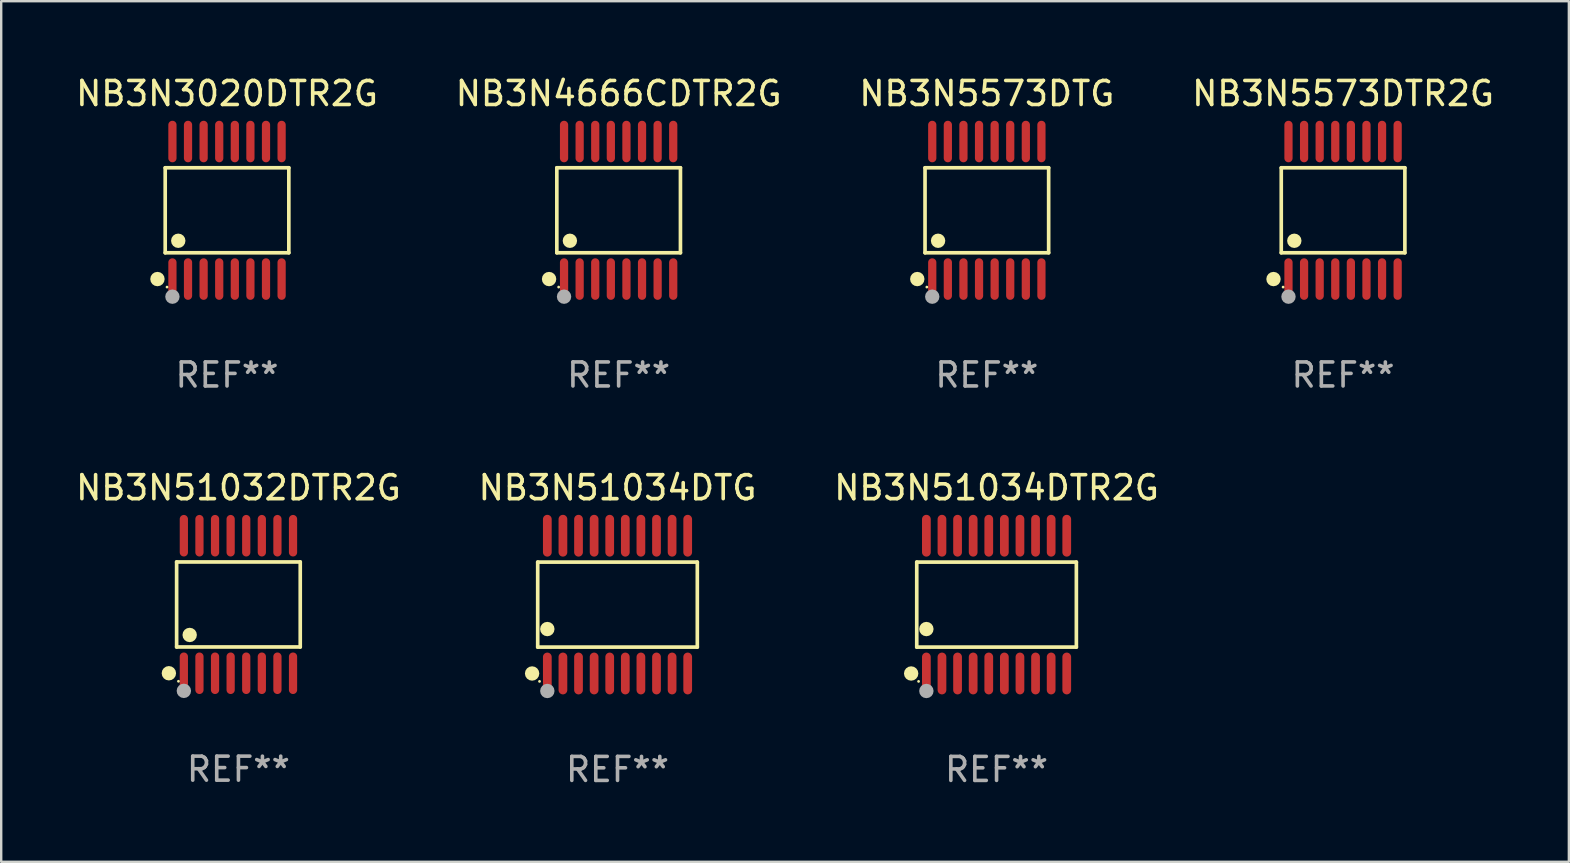
<source format=kicad_pcb>
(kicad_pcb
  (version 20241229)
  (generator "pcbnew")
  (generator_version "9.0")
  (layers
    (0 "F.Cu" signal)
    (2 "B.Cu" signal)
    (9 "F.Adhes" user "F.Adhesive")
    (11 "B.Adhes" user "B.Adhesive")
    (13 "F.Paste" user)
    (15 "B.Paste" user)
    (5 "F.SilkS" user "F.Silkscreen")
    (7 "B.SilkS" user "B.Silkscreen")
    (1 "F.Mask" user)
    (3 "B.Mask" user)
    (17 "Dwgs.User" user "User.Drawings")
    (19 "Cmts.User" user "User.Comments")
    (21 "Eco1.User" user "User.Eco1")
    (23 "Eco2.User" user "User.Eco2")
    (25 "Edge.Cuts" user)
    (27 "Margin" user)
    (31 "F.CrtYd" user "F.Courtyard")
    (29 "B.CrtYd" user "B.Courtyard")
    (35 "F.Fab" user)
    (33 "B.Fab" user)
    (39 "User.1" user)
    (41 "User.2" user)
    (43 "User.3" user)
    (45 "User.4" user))
  (footprint "NB3N4666CDTR2G"
    (layer "F.Cu")
    (at 22.732 5.714)
    (property "Reference" "NB3N4666CDTR2G" (at 0 -4.866 0) (layer "F.SilkS") (effects (font (size 1 1) (thickness 0.15))))
    (attr through_hole)
    (fp_line (start -2.576 -1.772) (end 2.576 -1.772) (stroke (width 0.152) (type solid)) (layer "F.SilkS"))
    (fp_line (start -2.576 1.771) (end -2.576 -1.772) (stroke (width 0.152) (type solid)) (layer "F.SilkS"))
    (fp_line (start 2.576 -1.772) (end 2.576 1.771) (stroke (width 0.152) (type solid)) (layer "F.SilkS"))
    (fp_line (start 2.576 1.771) (end -2.576 1.771) (stroke (width 0.152) (type solid)) (layer "F.SilkS"))
    (fp_circle (center -2.899 2.866) (end -2.749 2.866) (stroke (width 0.3) (type solid)) (fill no) (layer "F.SilkS"))
    (fp_circle (center -2.5 3.2) (end -2.47 3.2) (stroke (width 0.06) (type solid)) (fill no) (layer "F.SilkS"))
    (fp_circle (center -2.032 1.27) (end -1.882 1.27) (stroke (width 0.3) (type solid)) (fill no) (layer "F.SilkS"))
    (fp_circle (center -2.275 3.6) (end -2.125 3.6) (stroke (width 0.3) (type solid)) (fill no) (layer "F.Fab"))
    (fp_text user "REF**" (at 0 6.866 0) (layer "F.Fab") (effects (font (size 1 1) (thickness 0.15))))
    (pad "1" smd oval (at -2.275 2.866) (size 0.343 1.731) (layers "F.Cu" "F.Mask" "F.Paste"))
    (pad "2" smd oval (at -1.625 2.866) (size 0.343 1.731) (layers "F.Cu" "F.Mask" "F.Paste"))
    (pad "3" smd oval (at -0.975 2.866) (size 0.343 1.731) (layers "F.Cu" "F.Mask" "F.Paste"))
    (pad "4" smd oval (at -0.325 2.866) (size 0.343 1.731) (layers "F.Cu" "F.Mask" "F.Paste"))
    (pad "5" smd oval (at 0.325 2.866) (size 0.343 1.731) (layers "F.Cu" "F.Mask" "F.Paste"))
    (pad "6" smd oval (at 0.975 2.866) (size 0.343 1.731) (layers "F.Cu" "F.Mask" "F.Paste"))
    (pad "7" smd oval (at 1.625 2.866) (size 0.343 1.731) (layers "F.Cu" "F.Mask" "F.Paste"))
    (pad "8" smd oval (at 2.275 2.866) (size 0.343 1.731) (layers "F.Cu" "F.Mask" "F.Paste"))
    (pad "9" smd oval (at 2.275 -2.866) (size 0.343 1.731) (layers "F.Cu" "F.Mask" "F.Paste"))
    (pad "10" smd oval (at 1.625 -2.866) (size 0.343 1.731) (layers "F.Cu" "F.Mask" "F.Paste"))
    (pad "11" smd oval (at 0.975 -2.866) (size 0.343 1.731) (layers "F.Cu" "F.Mask" "F.Paste"))
    (pad "12" smd oval (at 0.325 -2.866) (size 0.343 1.731) (layers "F.Cu" "F.Mask" "F.Paste"))
    (pad "13" smd oval (at -0.325 -2.866) (size 0.343 1.731) (layers "F.Cu" "F.Mask" "F.Paste"))
    (pad "14" smd oval (at -0.975 -2.866) (size 0.343 1.731) (layers "F.Cu" "F.Mask" "F.Paste"))
    (pad "15" smd oval (at -1.625 -2.866) (size 0.343 1.731) (layers "F.Cu" "F.Mask" "F.Paste"))
    (pad "16" smd oval (at -2.275 -2.866) (size 0.343 1.731) (layers "F.Cu" "F.Mask" "F.Paste")))
  (footprint "NB3N3020DTR2G"
    (layer "F.Cu")
    (at 6.411 5.714)
    (property "Reference" "NB3N3020DTR2G" (at 0 -4.866 0) (layer "F.SilkS") (effects (font (size 1 1) (thickness 0.15))))
    (attr through_hole)
    (fp_line (start -2.576 -1.772) (end 2.576 -1.772) (stroke (width 0.152) (type solid)) (layer "F.SilkS"))
    (fp_line (start -2.576 1.771) (end -2.576 -1.772) (stroke (width 0.152) (type solid)) (layer "F.SilkS"))
    (fp_line (start 2.576 -1.772) (end 2.576 1.771) (stroke (width 0.152) (type solid)) (layer "F.SilkS"))
    (fp_line (start 2.576 1.771) (end -2.576 1.771) (stroke (width 0.152) (type solid)) (layer "F.SilkS"))
    (fp_circle (center -2.899 2.866) (end -2.749 2.866) (stroke (width 0.3) (type solid)) (fill no) (layer "F.SilkS"))
    (fp_circle (center -2.5 3.2) (end -2.47 3.2) (stroke (width 0.06) (type solid)) (fill no) (layer "F.SilkS"))
    (fp_circle (center -2.032 1.27) (end -1.882 1.27) (stroke (width 0.3) (type solid)) (fill no) (layer "F.SilkS"))
    (fp_circle (center -2.275 3.6) (end -2.125 3.6) (stroke (width 0.3) (type solid)) (fill no) (layer "F.Fab"))
    (fp_text user "REF**" (at 0 6.866 0) (layer "F.Fab") (effects (font (size 1 1) (thickness 0.15))))
    (pad "1" smd oval (at -2.275 2.866) (size 0.343 1.731) (layers "F.Cu" "F.Mask" "F.Paste"))
    (pad "2" smd oval (at -1.625 2.866) (size 0.343 1.731) (layers "F.Cu" "F.Mask" "F.Paste"))
    (pad "3" smd oval (at -0.975 2.866) (size 0.343 1.731) (layers "F.Cu" "F.Mask" "F.Paste"))
    (pad "4" smd oval (at -0.325 2.866) (size 0.343 1.731) (layers "F.Cu" "F.Mask" "F.Paste"))
    (pad "5" smd oval (at 0.325 2.866) (size 0.343 1.731) (layers "F.Cu" "F.Mask" "F.Paste"))
    (pad "6" smd oval (at 0.975 2.866) (size 0.343 1.731) (layers "F.Cu" "F.Mask" "F.Paste"))
    (pad "7" smd oval (at 1.625 2.866) (size 0.343 1.731) (layers "F.Cu" "F.Mask" "F.Paste"))
    (pad "8" smd oval (at 2.275 2.866) (size 0.343 1.731) (layers "F.Cu" "F.Mask" "F.Paste"))
    (pad "9" smd oval (at 2.275 -2.866) (size 0.343 1.731) (layers "F.Cu" "F.Mask" "F.Paste"))
    (pad "10" smd oval (at 1.625 -2.866) (size 0.343 1.731) (layers "F.Cu" "F.Mask" "F.Paste"))
    (pad "11" smd oval (at 0.975 -2.866) (size 0.343 1.731) (layers "F.Cu" "F.Mask" "F.Paste"))
    (pad "12" smd oval (at 0.325 -2.866) (size 0.343 1.731) (layers "F.Cu" "F.Mask" "F.Paste"))
    (pad "13" smd oval (at -0.325 -2.866) (size 0.343 1.731) (layers "F.Cu" "F.Mask" "F.Paste"))
    (pad "14" smd oval (at -0.975 -2.866) (size 0.343 1.731) (layers "F.Cu" "F.Mask" "F.Paste"))
    (pad "15" smd oval (at -1.625 -2.866) (size 0.343 1.731) (layers "F.Cu" "F.Mask" "F.Paste"))
    (pad "16" smd oval (at -2.275 -2.866) (size 0.343 1.731) (layers "F.Cu" "F.Mask" "F.Paste")))
  (footprint "NB3N51034DTR2G"
    (layer "F.Cu")
    (at 38.482 22.147)
    (property "Reference" "NB3N51034DTR2G" (at 0 -4.871 0) (layer "F.SilkS") (effects (font (size 1 1) (thickness 0.15))))
    (attr through_hole)
    (fp_line (start -3.326 -1.771) (end 3.326 -1.771) (stroke (width 0.152) (type solid)) (layer "F.SilkS"))
    (fp_line (start -3.326 1.771) (end -3.326 -1.771) (stroke (width 0.152) (type solid)) (layer "F.SilkS"))
    (fp_line (start 3.326 -1.771) (end 3.326 1.771) (stroke (width 0.152) (type solid)) (layer "F.SilkS"))
    (fp_line (start 3.326 1.771) (end -3.326 1.771) (stroke (width 0.152) (type solid)) (layer "F.SilkS"))
    (fp_circle (center -3.559 2.871) (end -3.409 2.871) (stroke (width 0.3) (type solid)) (fill no) (layer "F.SilkS"))
    (fp_circle (center -3.25 3.2) (end -3.22 3.2) (stroke (width 0.06) (type solid)) (fill no) (layer "F.SilkS"))
    (fp_circle (center -2.925 1.019) (end -2.775 1.019) (stroke (width 0.3) (type solid)) (fill no) (layer "F.SilkS"))
    (fp_circle (center -2.925 3.6) (end -2.775 3.6) (stroke (width 0.3) (type solid)) (fill no) (layer "F.Fab"))
    (fp_text user "REF**" (at 0 6.871 0) (layer "F.Fab") (effects (font (size 1 1) (thickness 0.15))))
    (pad "1" smd oval (at -2.925 2.871) (size 0.364 1.742) (layers "F.Cu" "F.Mask" "F.Paste"))
    (pad "2" smd oval (at -2.275 2.871) (size 0.364 1.742) (layers "F.Cu" "F.Mask" "F.Paste"))
    (pad "3" smd oval (at -1.625 2.871) (size 0.364 1.742) (layers "F.Cu" "F.Mask" "F.Paste"))
    (pad "4" smd oval (at -0.975 2.871) (size 0.364 1.742) (layers "F.Cu" "F.Mask" "F.Paste"))
    (pad "5" smd oval (at -0.325 2.871) (size 0.364 1.742) (layers "F.Cu" "F.Mask" "F.Paste"))
    (pad "6" smd oval (at 0.325 2.871) (size 0.364 1.742) (layers "F.Cu" "F.Mask" "F.Paste"))
    (pad "7" smd oval (at 0.975 2.871) (size 0.364 1.742) (layers "F.Cu" "F.Mask" "F.Paste"))
    (pad "8" smd oval (at 1.625 2.871) (size 0.364 1.742) (layers "F.Cu" "F.Mask" "F.Paste"))
    (pad "9" smd oval (at 2.275 2.871) (size 0.364 1.742) (layers "F.Cu" "F.Mask" "F.Paste"))
    (pad "10" smd oval (at 2.925 2.871) (size 0.364 1.742) (layers "F.Cu" "F.Mask" "F.Paste"))
    (pad "11" smd oval (at 2.925 -2.871) (size 0.364 1.742) (layers "F.Cu" "F.Mask" "F.Paste"))
    (pad "12" smd oval (at 2.275 -2.871) (size 0.364 1.742) (layers "F.Cu" "F.Mask" "F.Paste"))
    (pad "13" smd oval (at 1.625 -2.871) (size 0.364 1.742) (layers "F.Cu" "F.Mask" "F.Paste"))
    (pad "14" smd oval (at 0.975 -2.871) (size 0.364 1.742) (layers "F.Cu" "F.Mask" "F.Paste"))
    (pad "15" smd oval (at 0.325 -2.871) (size 0.364 1.742) (layers "F.Cu" "F.Mask" "F.Paste"))
    (pad "16" smd oval (at -0.325 -2.871) (size 0.364 1.742) (layers "F.Cu" "F.Mask" "F.Paste"))
    (pad "17" smd oval (at -0.975 -2.871) (size 0.364 1.742) (layers "F.Cu" "F.Mask" "F.Paste"))
    (pad "18" smd oval (at -1.625 -2.871) (size 0.364 1.742) (layers "F.Cu" "F.Mask" "F.Paste"))
    (pad "19" smd oval (at -2.275 -2.871) (size 0.364 1.742) (layers "F.Cu" "F.Mask" "F.Paste"))
    (pad "20" smd oval (at -2.925 -2.871) (size 0.364 1.742) (layers "F.Cu" "F.Mask" "F.Paste")))
  (footprint "NB3N51032DTR2G"
    (layer "F.Cu")
    (at 6.887 22.142)
    (property "Reference" "NB3N51032DTR2G" (at 0 -4.866 0) (layer "F.SilkS") (effects (font (size 1 1) (thickness 0.15))))
    (attr through_hole)
    (fp_line (start -2.576 -1.772) (end 2.576 -1.772) (stroke (width 0.152) (type solid)) (layer "F.SilkS"))
    (fp_line (start -2.576 1.771) (end -2.576 -1.772) (stroke (width 0.152) (type solid)) (layer "F.SilkS"))
    (fp_line (start 2.576 -1.772) (end 2.576 1.771) (stroke (width 0.152) (type solid)) (layer "F.SilkS"))
    (fp_line (start 2.576 1.771) (end -2.576 1.771) (stroke (width 0.152) (type solid)) (layer "F.SilkS"))
    (fp_circle (center -2.899 2.866) (end -2.749 2.866) (stroke (width 0.3) (type solid)) (fill no) (layer "F.SilkS"))
    (fp_circle (center -2.5 3.2) (end -2.47 3.2) (stroke (width 0.06) (type solid)) (fill no) (layer "F.SilkS"))
    (fp_circle (center -2.032 1.27) (end -1.882 1.27) (stroke (width 0.3) (type solid)) (fill no) (layer "F.SilkS"))
    (fp_circle (center -2.275 3.6) (end -2.125 3.6) (stroke (width 0.3) (type solid)) (fill no) (layer "F.Fab"))
    (fp_text user "REF**" (at 0 6.866 0) (layer "F.Fab") (effects (font (size 1 1) (thickness 0.15))))
    (pad "1" smd oval (at -2.275 2.866) (size 0.343 1.731) (layers "F.Cu" "F.Mask" "F.Paste"))
    (pad "2" smd oval (at -1.625 2.866) (size 0.343 1.731) (layers "F.Cu" "F.Mask" "F.Paste"))
    (pad "3" smd oval (at -0.975 2.866) (size 0.343 1.731) (layers "F.Cu" "F.Mask" "F.Paste"))
    (pad "4" smd oval (at -0.325 2.866) (size 0.343 1.731) (layers "F.Cu" "F.Mask" "F.Paste"))
    (pad "5" smd oval (at 0.325 2.866) (size 0.343 1.731) (layers "F.Cu" "F.Mask" "F.Paste"))
    (pad "6" smd oval (at 0.975 2.866) (size 0.343 1.731) (layers "F.Cu" "F.Mask" "F.Paste"))
    (pad "7" smd oval (at 1.625 2.866) (size 0.343 1.731) (layers "F.Cu" "F.Mask" "F.Paste"))
    (pad "8" smd oval (at 2.275 2.866) (size 0.343 1.731) (layers "F.Cu" "F.Mask" "F.Paste"))
    (pad "9" smd oval (at 2.275 -2.866) (size 0.343 1.731) (layers "F.Cu" "F.Mask" "F.Paste"))
    (pad "10" smd oval (at 1.625 -2.866) (size 0.343 1.731) (layers "F.Cu" "F.Mask" "F.Paste"))
    (pad "11" smd oval (at 0.975 -2.866) (size 0.343 1.731) (layers "F.Cu" "F.Mask" "F.Paste"))
    (pad "12" smd oval (at 0.325 -2.866) (size 0.343 1.731) (layers "F.Cu" "F.Mask" "F.Paste"))
    (pad "13" smd oval (at -0.325 -2.866) (size 0.343 1.731) (layers "F.Cu" "F.Mask" "F.Paste"))
    (pad "14" smd oval (at -0.975 -2.866) (size 0.343 1.731) (layers "F.Cu" "F.Mask" "F.Paste"))
    (pad "15" smd oval (at -1.625 -2.866) (size 0.343 1.731) (layers "F.Cu" "F.Mask" "F.Paste"))
    (pad "16" smd oval (at -2.275 -2.866) (size 0.343 1.731) (layers "F.Cu" "F.Mask" "F.Paste")))
  (footprint "NB3N5573DTR2G"
    (layer "F.Cu")
    (at 52.923 5.714)
    (property "Reference" "NB3N5573DTR2G" (at 0 -4.866 0) (layer "F.SilkS") (effects (font (size 1 1) (thickness 0.15))))
    (attr through_hole)
    (fp_line (start -2.576 -1.772) (end 2.576 -1.772) (stroke (width 0.152) (type solid)) (layer "F.SilkS"))
    (fp_line (start -2.576 1.771) (end -2.576 -1.772) (stroke (width 0.152) (type solid)) (layer "F.SilkS"))
    (fp_line (start 2.576 -1.772) (end 2.576 1.771) (stroke (width 0.152) (type solid)) (layer "F.SilkS"))
    (fp_line (start 2.576 1.771) (end -2.576 1.771) (stroke (width 0.152) (type solid)) (layer "F.SilkS"))
    (fp_circle (center -2.899 2.866) (end -2.749 2.866) (stroke (width 0.3) (type solid)) (fill no) (layer "F.SilkS"))
    (fp_circle (center -2.5 3.2) (end -2.47 3.2) (stroke (width 0.06) (type solid)) (fill no) (layer "F.SilkS"))
    (fp_circle (center -2.032 1.27) (end -1.882 1.27) (stroke (width 0.3) (type solid)) (fill no) (layer "F.SilkS"))
    (fp_circle (center -2.275 3.6) (end -2.125 3.6) (stroke (width 0.3) (type solid)) (fill no) (layer "F.Fab"))
    (fp_text user "REF**" (at 0 6.866 0) (layer "F.Fab") (effects (font (size 1 1) (thickness 0.15))))
    (pad "1" smd oval (at -2.275 2.866) (size 0.343 1.731) (layers "F.Cu" "F.Mask" "F.Paste"))
    (pad "2" smd oval (at -1.625 2.866) (size 0.343 1.731) (layers "F.Cu" "F.Mask" "F.Paste"))
    (pad "3" smd oval (at -0.975 2.866) (size 0.343 1.731) (layers "F.Cu" "F.Mask" "F.Paste"))
    (pad "4" smd oval (at -0.325 2.866) (size 0.343 1.731) (layers "F.Cu" "F.Mask" "F.Paste"))
    (pad "5" smd oval (at 0.325 2.866) (size 0.343 1.731) (layers "F.Cu" "F.Mask" "F.Paste"))
    (pad "6" smd oval (at 0.975 2.866) (size 0.343 1.731) (layers "F.Cu" "F.Mask" "F.Paste"))
    (pad "7" smd oval (at 1.625 2.866) (size 0.343 1.731) (layers "F.Cu" "F.Mask" "F.Paste"))
    (pad "8" smd oval (at 2.275 2.866) (size 0.343 1.731) (layers "F.Cu" "F.Mask" "F.Paste"))
    (pad "9" smd oval (at 2.275 -2.866) (size 0.343 1.731) (layers "F.Cu" "F.Mask" "F.Paste"))
    (pad "10" smd oval (at 1.625 -2.866) (size 0.343 1.731) (layers "F.Cu" "F.Mask" "F.Paste"))
    (pad "11" smd oval (at 0.975 -2.866) (size 0.343 1.731) (layers "F.Cu" "F.Mask" "F.Paste"))
    (pad "12" smd oval (at 0.325 -2.866) (size 0.343 1.731) (layers "F.Cu" "F.Mask" "F.Paste"))
    (pad "13" smd oval (at -0.325 -2.866) (size 0.343 1.731) (layers "F.Cu" "F.Mask" "F.Paste"))
    (pad "14" smd oval (at -0.975 -2.866) (size 0.343 1.731) (layers "F.Cu" "F.Mask" "F.Paste"))
    (pad "15" smd oval (at -1.625 -2.866) (size 0.343 1.731) (layers "F.Cu" "F.Mask" "F.Paste"))
    (pad "16" smd oval (at -2.275 -2.866) (size 0.343 1.731) (layers "F.Cu" "F.Mask" "F.Paste")))
  (footprint "NB3N51034DTG"
    (layer "F.Cu")
    (at 22.685 22.147)
    (property "Reference" "NB3N51034DTG" (at 0 -4.871 0) (layer "F.SilkS") (effects (font (size 1 1) (thickness 0.15))))
    (attr through_hole)
    (fp_line (start -3.326 -1.771) (end 3.326 -1.771) (stroke (width 0.152) (type solid)) (layer "F.SilkS"))
    (fp_line (start -3.326 1.771) (end -3.326 -1.771) (stroke (width 0.152) (type solid)) (layer "F.SilkS"))
    (fp_line (start 3.326 -1.771) (end 3.326 1.771) (stroke (width 0.152) (type solid)) (layer "F.SilkS"))
    (fp_line (start 3.326 1.771) (end -3.326 1.771) (stroke (width 0.152) (type solid)) (layer "F.SilkS"))
    (fp_circle (center -3.559 2.871) (end -3.409 2.871) (stroke (width 0.3) (type solid)) (fill no) (layer "F.SilkS"))
    (fp_circle (center -3.25 3.2) (end -3.22 3.2) (stroke (width 0.06) (type solid)) (fill no) (layer "F.SilkS"))
    (fp_circle (center -2.925 1.019) (end -2.775 1.019) (stroke (width 0.3) (type solid)) (fill no) (layer "F.SilkS"))
    (fp_circle (center -2.925 3.6) (end -2.775 3.6) (stroke (width 0.3) (type solid)) (fill no) (layer "F.Fab"))
    (fp_text user "REF**" (at 0 6.871 0) (layer "F.Fab") (effects (font (size 1 1) (thickness 0.15))))
    (pad "1" smd oval (at -2.925 2.871) (size 0.364 1.742) (layers "F.Cu" "F.Mask" "F.Paste"))
    (pad "2" smd oval (at -2.275 2.871) (size 0.364 1.742) (layers "F.Cu" "F.Mask" "F.Paste"))
    (pad "3" smd oval (at -1.625 2.871) (size 0.364 1.742) (layers "F.Cu" "F.Mask" "F.Paste"))
    (pad "4" smd oval (at -0.975 2.871) (size 0.364 1.742) (layers "F.Cu" "F.Mask" "F.Paste"))
    (pad "5" smd oval (at -0.325 2.871) (size 0.364 1.742) (layers "F.Cu" "F.Mask" "F.Paste"))
    (pad "6" smd oval (at 0.325 2.871) (size 0.364 1.742) (layers "F.Cu" "F.Mask" "F.Paste"))
    (pad "7" smd oval (at 0.975 2.871) (size 0.364 1.742) (layers "F.Cu" "F.Mask" "F.Paste"))
    (pad "8" smd oval (at 1.625 2.871) (size 0.364 1.742) (layers "F.Cu" "F.Mask" "F.Paste"))
    (pad "9" smd oval (at 2.275 2.871) (size 0.364 1.742) (layers "F.Cu" "F.Mask" "F.Paste"))
    (pad "10" smd oval (at 2.925 2.871) (size 0.364 1.742) (layers "F.Cu" "F.Mask" "F.Paste"))
    (pad "11" smd oval (at 2.925 -2.871) (size 0.364 1.742) (layers "F.Cu" "F.Mask" "F.Paste"))
    (pad "12" smd oval (at 2.275 -2.871) (size 0.364 1.742) (layers "F.Cu" "F.Mask" "F.Paste"))
    (pad "13" smd oval (at 1.625 -2.871) (size 0.364 1.742) (layers "F.Cu" "F.Mask" "F.Paste"))
    (pad "14" smd oval (at 0.975 -2.871) (size 0.364 1.742) (layers "F.Cu" "F.Mask" "F.Paste"))
    (pad "15" smd oval (at 0.325 -2.871) (size 0.364 1.742) (layers "F.Cu" "F.Mask" "F.Paste"))
    (pad "16" smd oval (at -0.325 -2.871) (size 0.364 1.742) (layers "F.Cu" "F.Mask" "F.Paste"))
    (pad "17" smd oval (at -0.975 -2.871) (size 0.364 1.742) (layers "F.Cu" "F.Mask" "F.Paste"))
    (pad "18" smd oval (at -1.625 -2.871) (size 0.364 1.742) (layers "F.Cu" "F.Mask" "F.Paste"))
    (pad "19" smd oval (at -2.275 -2.871) (size 0.364 1.742) (layers "F.Cu" "F.Mask" "F.Paste"))
    (pad "20" smd oval (at -2.925 -2.871) (size 0.364 1.742) (layers "F.Cu" "F.Mask" "F.Paste")))
  (footprint "NB3N5573DTG"
    (layer "F.Cu")
    (at 38.077 5.714)
    (property "Reference" "NB3N5573DTG" (at 0 -4.866 0) (layer "F.SilkS") (effects (font (size 1 1) (thickness 0.15))))
    (attr through_hole)
    (fp_line (start -2.576 -1.772) (end 2.576 -1.772) (stroke (width 0.152) (type solid)) (layer "F.SilkS"))
    (fp_line (start -2.576 1.771) (end -2.576 -1.772) (stroke (width 0.152) (type solid)) (layer "F.SilkS"))
    (fp_line (start 2.576 -1.772) (end 2.576 1.771) (stroke (width 0.152) (type solid)) (layer "F.SilkS"))
    (fp_line (start 2.576 1.771) (end -2.576 1.771) (stroke (width 0.152) (type solid)) (layer "F.SilkS"))
    (fp_circle (center -2.899 2.866) (end -2.749 2.866) (stroke (width 0.3) (type solid)) (fill no) (layer "F.SilkS"))
    (fp_circle (center -2.5 3.2) (end -2.47 3.2) (stroke (width 0.06) (type solid)) (fill no) (layer "F.SilkS"))
    (fp_circle (center -2.032 1.27) (end -1.882 1.27) (stroke (width 0.3) (type solid)) (fill no) (layer "F.SilkS"))
    (fp_circle (center -2.275 3.6) (end -2.125 3.6) (stroke (width 0.3) (type solid)) (fill no) (layer "F.Fab"))
    (fp_text user "REF**" (at 0 6.866 0) (layer "F.Fab") (effects (font (size 1 1) (thickness 0.15))))
    (pad "1" smd oval (at -2.275 2.866) (size 0.343 1.731) (layers "F.Cu" "F.Mask" "F.Paste"))
    (pad "2" smd oval (at -1.625 2.866) (size 0.343 1.731) (layers "F.Cu" "F.Mask" "F.Paste"))
    (pad "3" smd oval (at -0.975 2.866) (size 0.343 1.731) (layers "F.Cu" "F.Mask" "F.Paste"))
    (pad "4" smd oval (at -0.325 2.866) (size 0.343 1.731) (layers "F.Cu" "F.Mask" "F.Paste"))
    (pad "5" smd oval (at 0.325 2.866) (size 0.343 1.731) (layers "F.Cu" "F.Mask" "F.Paste"))
    (pad "6" smd oval (at 0.975 2.866) (size 0.343 1.731) (layers "F.Cu" "F.Mask" "F.Paste"))
    (pad "7" smd oval (at 1.625 2.866) (size 0.343 1.731) (layers "F.Cu" "F.Mask" "F.Paste"))
    (pad "8" smd oval (at 2.275 2.866) (size 0.343 1.731) (layers "F.Cu" "F.Mask" "F.Paste"))
    (pad "9" smd oval (at 2.275 -2.866) (size 0.343 1.731) (layers "F.Cu" "F.Mask" "F.Paste"))
    (pad "10" smd oval (at 1.625 -2.866) (size 0.343 1.731) (layers "F.Cu" "F.Mask" "F.Paste"))
    (pad "11" smd oval (at 0.975 -2.866) (size 0.343 1.731) (layers "F.Cu" "F.Mask" "F.Paste"))
    (pad "12" smd oval (at 0.325 -2.866) (size 0.343 1.731) (layers "F.Cu" "F.Mask" "F.Paste"))
    (pad "13" smd oval (at -0.325 -2.866) (size 0.343 1.731) (layers "F.Cu" "F.Mask" "F.Paste"))
    (pad "14" smd oval (at -0.975 -2.866) (size 0.343 1.731) (layers "F.Cu" "F.Mask" "F.Paste"))
    (pad "15" smd oval (at -1.625 -2.866) (size 0.343 1.731) (layers "F.Cu" "F.Mask" "F.Paste"))
    (pad "16" smd oval (at -2.275 -2.866) (size 0.343 1.731) (layers "F.Cu" "F.Mask" "F.Paste")))
  (gr_rect
    (start -3 -3)
    (end 62.333 32.866)
    (stroke (width 0.1) (type default))
    (fill no)
    (layer "Edge.Cuts")))
</source>
